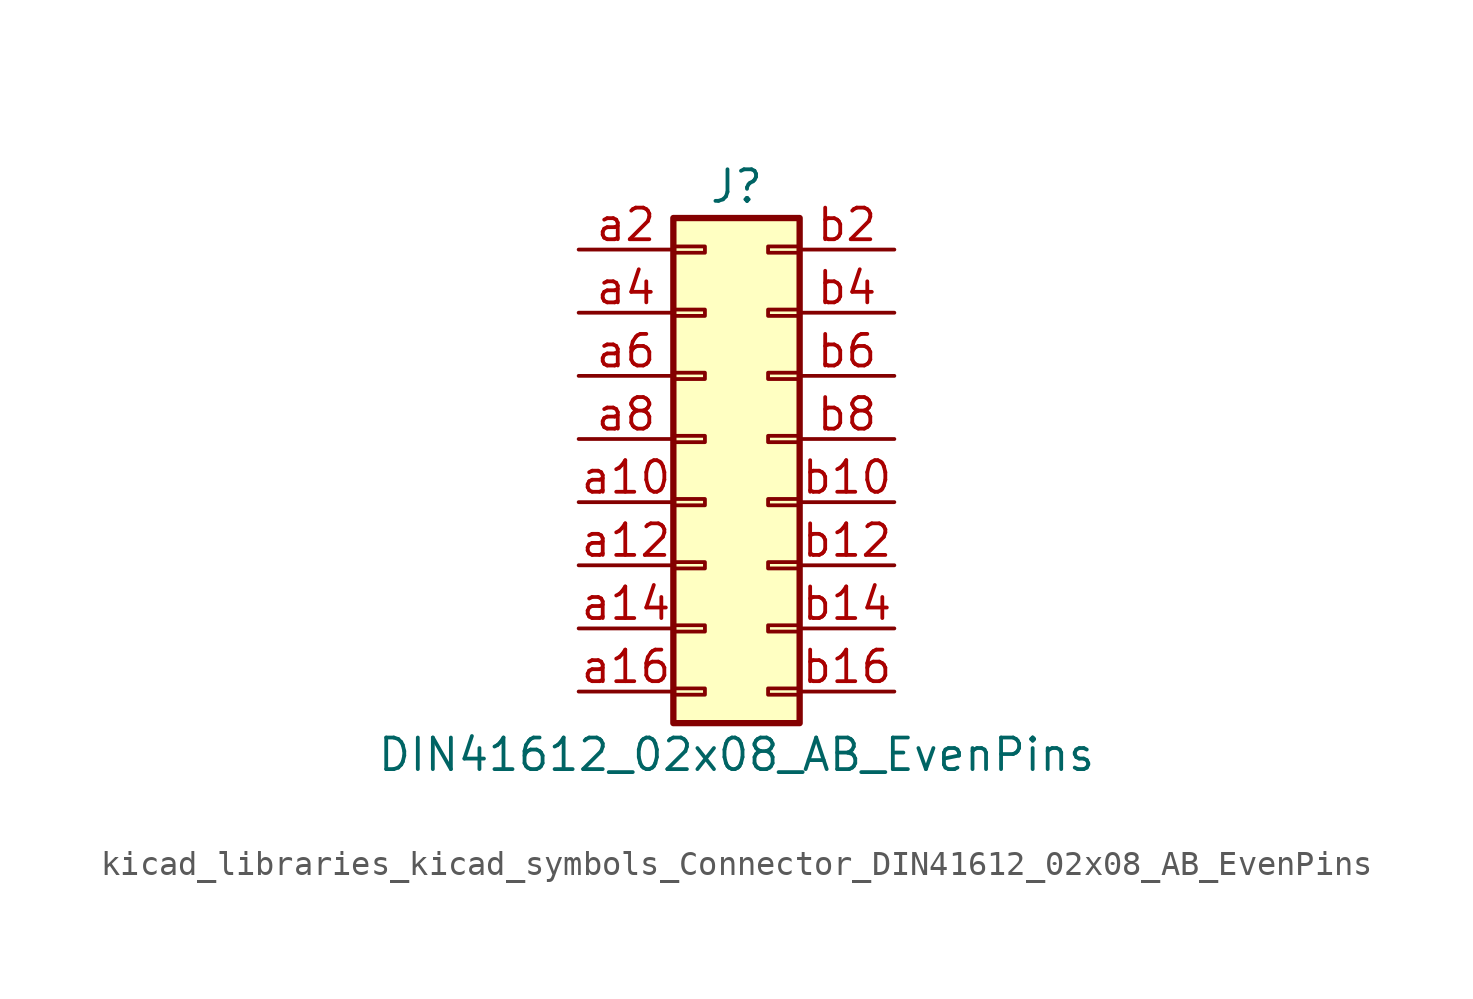
<source format=kicad_sym>
(kicad_symbol_lib
  (version 20220914)
  (generator kicad_symbol_editor)
  (symbol "kicad_libraries_kicad_symbols_Connector_DIN41612_02x08_AB_EvenPins"
    (pin_names
      (offset 1.016) hide)
    (property "Reference" "J"
      (at 1.27 10.16 0)
      (effects (font (size 1.27 1.27))))
    (property "Value" "DIN41612_02x08_AB_EvenPins"
      (at 1.27 -12.7 0)
      (effects (font (size 1.27 1.27))))
    (symbol "kicad_libraries_kicad_symbols_Connector_DIN41612_02x08_AB_EvenPins_1_1"
      (rectangle (start -1.27 -10.033) (end 0 -10.287) (stroke (width 0.152) (type default)) (fill (type none)))
      (rectangle (start -1.27 -7.493) (end 0 -7.747) (stroke (width 0.152) (type default)) (fill (type none)))
      (rectangle (start -1.27 -4.953) (end 0 -5.207) (stroke (width 0.152) (type default)) (fill (type none)))
      (rectangle (start -1.27 -2.413) (end 0 -2.667) (stroke (width 0.152) (type default)) (fill (type none)))
      (rectangle (start -1.27 0.127) (end 0 -0.127) (stroke (width 0.152) (type default)) (fill (type none)))
      (rectangle (start -1.27 2.667) (end 0 2.413) (stroke (width 0.152) (type default)) (fill (type none)))
      (rectangle (start -1.27 5.207) (end 0 4.953) (stroke (width 0.152) (type default)) (fill (type none)))
      (rectangle (start -1.27 7.747) (end 0 7.493) (stroke (width 0.152) (type default)) (fill (type none)))
      (rectangle (start -1.27 8.89) (end 3.81 -11.43) (stroke (width 0.254) (type default)) (fill (type background)))
      (rectangle (start 3.81 -10.033) (end 2.54 -10.287) (stroke (width 0.152) (type default)) (fill (type none)))
      (rectangle (start 3.81 -7.493) (end 2.54 -7.747) (stroke (width 0.152) (type default)) (fill (type none)))
      (rectangle (start 3.81 -4.953) (end 2.54 -5.207) (stroke (width 0.152) (type default)) (fill (type none)))
      (rectangle (start 3.81 -2.413) (end 2.54 -2.667) (stroke (width 0.152) (type default)) (fill (type none)))
      (rectangle (start 3.81 0.127) (end 2.54 -0.127) (stroke (width 0.152) (type default)) (fill (type none)))
      (rectangle (start 3.81 2.667) (end 2.54 2.413) (stroke (width 0.152) (type default)) (fill (type none)))
      (rectangle (start 3.81 5.207) (end 2.54 4.953) (stroke (width 0.152) (type default)) (fill (type none)))
      (rectangle (start 3.81 7.747) (end 2.54 7.493) (stroke (width 0.152) (type default)) (fill (type none)))
      (pin passive line (at -5.08 -2.54 0) (length 3.81) (name "Pin_a10" (effects (font (size 1.27 1.27)))) (number "a10" (effects (font (size 1.27 1.27)))))
      (pin passive line (at -5.08 -5.08 0) (length 3.81) (name "Pin_a12" (effects (font (size 1.27 1.27)))) (number "a12" (effects (font (size 1.27 1.27)))))
      (pin passive line (at -5.08 -7.62 0) (length 3.81) (name "Pin_a14" (effects (font (size 1.27 1.27)))) (number "a14" (effects (font (size 1.27 1.27)))))
      (pin passive line (at -5.08 -10.16 0) (length 3.81) (name "Pin_a16" (effects (font (size 1.27 1.27)))) (number "a16" (effects (font (size 1.27 1.27)))))
      (pin passive line (at -5.08 7.62 0) (length 3.81) (name "Pin_a2" (effects (font (size 1.27 1.27)))) (number "a2" (effects (font (size 1.27 1.27)))))
      (pin passive line (at -5.08 5.08 0) (length 3.81) (name "Pin_a4" (effects (font (size 1.27 1.27)))) (number "a4" (effects (font (size 1.27 1.27)))))
      (pin passive line (at -5.08 2.54 0) (length 3.81) (name "Pin_a6" (effects (font (size 1.27 1.27)))) (number "a6" (effects (font (size 1.27 1.27)))))
      (pin passive line (at -5.08 0 0) (length 3.81) (name "Pin_a8" (effects (font (size 1.27 1.27)))) (number "a8" (effects (font (size 1.27 1.27)))))
      (pin passive line (at 7.62 -2.54 180) (length 3.81) (name "Pin_b10" (effects (font (size 1.27 1.27)))) (number "b10" (effects (font (size 1.27 1.27)))))
      (pin passive line (at 7.62 -5.08 180) (length 3.81) (name "Pin_b12" (effects (font (size 1.27 1.27)))) (number "b12" (effects (font (size 1.27 1.27)))))
      (pin passive line (at 7.62 -7.62 180) (length 3.81) (name "Pin_b14" (effects (font (size 1.27 1.27)))) (number "b14" (effects (font (size 1.27 1.27)))))
      (pin passive line (at 7.62 -10.16 180) (length 3.81) (name "Pin_b16" (effects (font (size 1.27 1.27)))) (number "b16" (effects (font (size 1.27 1.27)))))
      (pin passive line (at 7.62 7.62 180) (length 3.81) (name "Pin_b2" (effects (font (size 1.27 1.27)))) (number "b2" (effects (font (size 1.27 1.27)))))
      (pin passive line (at 7.62 5.08 180) (length 3.81) (name "Pin_b4" (effects (font (size 1.27 1.27)))) (number "b4" (effects (font (size 1.27 1.27)))))
      (pin passive line (at 7.62 2.54 180) (length 3.81) (name "Pin_b6" (effects (font (size 1.27 1.27)))) (number "b6" (effects (font (size 1.27 1.27)))))
      (pin passive line (at 7.62 0 180) (length 3.81) (name "Pin_b8" (effects (font (size 1.27 1.27)))) (number "b8" (effects (font (size 1.27 1.27))))))))
</source>
